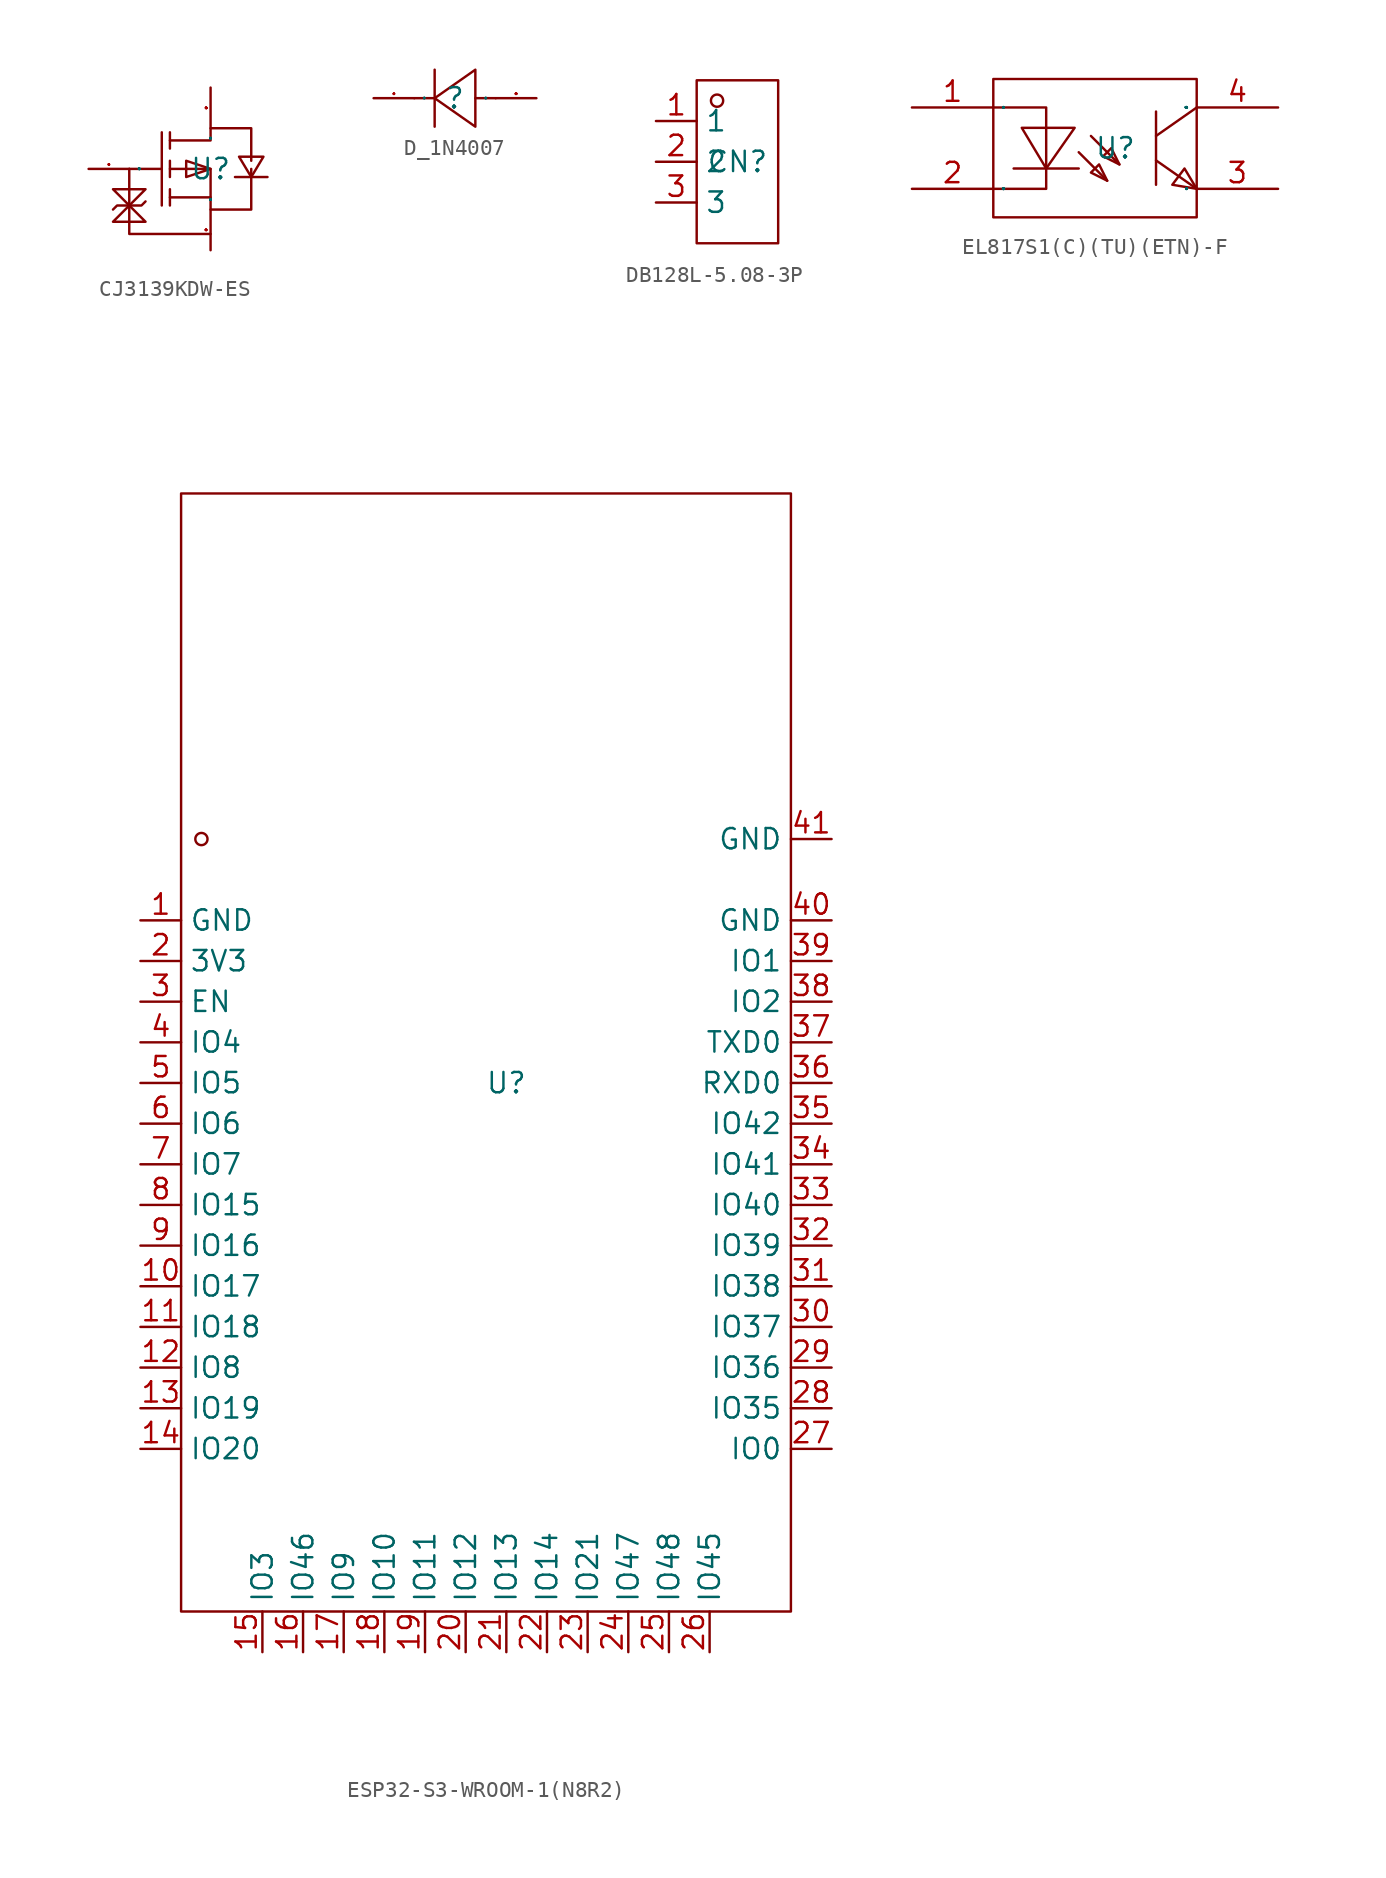
<source format=kicad_sym>
(kicad_symbol_lib
  (version 20231120)
  (generator "kicad_symbol_editor")
  (generator_version "8.0")
  (symbol "CJ3139KDW-ES"
    (property "Reference" "U"
      (at 0 0 0)
      (effects (font (size 1.27 1.27))))
    (property "Value" ""
      (at 0 0 0)
      (effects (font (size 1.27 1.27))))
    (symbol "CJ3139KDW-ES_1_0"
      (polyline (pts (xy -5.08 0) (xy -3.048 0)) (stroke (width 0) (type default)) (fill (type none)))
      (polyline (pts (xy -3.048 2.286) (xy -3.048 -2.286)) (stroke (width 0) (type default)) (fill (type none)))
      (polyline (pts (xy -2.54 -2.286) (xy -2.54 -1.27)) (stroke (width 0) (type default)) (fill (type none)))
      (polyline (pts (xy -2.54 -0.508) (xy -2.54 0.508)) (stroke (width 0) (type default)) (fill (type none)))
      (polyline (pts (xy -2.54 2.286) (xy -2.54 1.27)) (stroke (width 0) (type default)) (fill (type none)))
      (polyline (pts (xy 0 -1.778) (xy -2.54 -1.778)) (stroke (width 0) (type default)) (fill (type none)))
      (polyline (pts (xy 0 -4.064) (xy -5.08 -4.064) (xy -5.08 -4.064) (xy -5.08 0)) (stroke (width 0) (type default)) (fill (type none)))
      (polyline (pts (xy -6.096 -2.54) (xy -5.842 -2.286) (xy -5.842 -2.286) (xy -4.318 -2.286) (xy -4.318 -2.286) (xy -4.064 -2.032)) (stroke (width 0) (type default)) (fill (type none)))
      (polyline (pts (xy -5.08 -2.286) (xy -6.096 -3.302) (xy -6.096 -3.302) (xy -4.064 -3.302) (xy -4.064 -3.302) (xy -5.08 -2.286)) (stroke (width 0) (type default)) (fill (type none)))
      (polyline (pts (xy -5.08 -2.286) (xy -4.064 -1.27) (xy -4.064 -1.27) (xy -6.096 -1.27) (xy -6.096 -1.27) (xy -5.08 -2.286)) (stroke (width 0) (type default)) (fill (type none)))
      (polyline (pts (xy 0 0) (xy -1.524 0.508) (xy -1.524 0.508) (xy -1.524 -0.508) (xy -1.524 -0.508) (xy 0 0)) (stroke (width 0) (type default)) (fill (type none)))
      (polyline (pts (xy 1.524 -0.508) (xy 2.032 -0.508) (xy 2.032 -0.508) (xy 3.048 -0.508) (xy 3.048 -0.508) (xy 3.556 -0.508)) (stroke (width 0) (type default)) (fill (type none)))
      (polyline (pts (xy 2.54 -0.508) (xy 3.302 0.762) (xy 3.302 0.762) (xy 1.778 0.762) (xy 1.778 0.762) (xy 2.54 -0.508)) (stroke (width 0) (type default)) (fill (type none)))
      (polyline (pts (xy -2.54 0) (xy 0 0) (xy 0 0) (xy 0 -2.54) (xy 0 -2.54) (xy 2.54 -2.54) (xy 2.54 -2.54) (xy 2.54 -2.54) (xy 2.54 -2.54) (xy 2.54 0)) (stroke (width 0) (type default)) (fill (type none)))
      (polyline (pts (xy -2.54 1.778) (xy 0 1.778) (xy 0 1.778) (xy 0 2.54) (xy 0 2.54) (xy 2.54 2.54) (xy 2.54 2.54) (xy 2.54 2.54) (xy 2.54 2.54) (xy 2.54 0.508)) (stroke (width 0) (type default)) (fill (type none)))
      (pin unspecified line (at -7.62 0 0) (length 2.54) (name "G" (effects (font (size 0.025 0.025)))) (number "1" (effects (font (size 0.025 0.025)))))
      (pin unspecified line (at 0 -5.08 90) (length 2.54) (name "S" (effects (font (size 0.025 0.025)))) (number "2" (effects (font (size 0.025 0.025)))))
      (pin unspecified line (at 0 5.08 270) (length 2.54) (name "D" (effects (font (size 0.025 0.025)))) (number "3" (effects (font (size 0.025 0.025)))))))
  (symbol "D_1N4007"
    (property "Reference" ""
      (at 0 0 0)
      (effects (font (size 1.27 1.27))))
    (property "Value" ""
      (at 0 0 0)
      (effects (font (size 1.27 1.27))))
    (symbol "D_1N4007_1_0"
      (polyline (pts (xy -1.27 0) (xy -2.54 0)) (stroke (width 0) (type default)) (fill (type none)))
      (polyline (pts (xy -1.27 1.778) (xy -1.27 -1.778)) (stroke (width 0) (type default)) (fill (type none)))
      (polyline (pts (xy 2.54 0) (xy 1.27 0)) (stroke (width 0) (type default)) (fill (type none)))
      (polyline (pts (xy 1.27 1.778) (xy -1.27 0) (xy 1.27 -1.778) (xy 1.27 1.778)) (stroke (width 0) (type default)) (fill (type none)))
      (pin input line (at -5.08 0 0) (length 2.54) (name "K" (effects (font (size 0.025 0.025)))) (number "1" (effects (font (size 0.025 0.025)))))
      (pin input line (at 5.08 0 180) (length 2.54) (name "A" (effects (font (size 0.025 0.025)))) (number "2" (effects (font (size 0.025 0.025)))))))
  (symbol "DB128L-5.08-3P"
    (property "Reference" "CN"
      (at 0 0 0)
      (effects (font (size 1.27 1.27))))
    (property "Value" ""
      (at 0 0 0)
      (effects (font (size 1.27 1.27))))
    (symbol "DB128L-5.08-3P_1_0"
      (rectangle (start -2.54 -5.08) (end 2.54 5.08) (stroke (width 0) (type default)) (fill (type none)))
      (circle (center -1.27 3.81) (radius 0.381) (stroke (width 0) (type default)) (fill (type none)))
      (pin unspecified line (at -5.08 2.54 0) (length 2.54) (name "1" (effects (font (size 1.27 1.27)))) (number "1" (effects (font (size 1.27 1.27)))))
      (pin unspecified line (at -5.08 0 0) (length 2.54) (name "2" (effects (font (size 1.27 1.27)))) (number "2" (effects (font (size 1.27 1.27)))))
      (pin unspecified line (at -5.08 -2.54 0) (length 2.54) (name "3" (effects (font (size 1.27 1.27)))) (number "3" (effects (font (size 1.27 1.27)))))))
  (symbol "EL817S1(C)(TU)(ETN)-F"
    (property "Reference" "U"
      (at 0 0 0)
      (effects (font (size 1.27 1.27))))
    (property "Value" ""
      (at 0 0 0)
      (effects (font (size 1.27 1.27))))
    (symbol "EL817S1(C)(TU)(ETN)-F_1_0"
      (rectangle (start -7.62 -4.318) (end 5.08 4.318) (stroke (width 0) (type default)) (fill (type none)))
      (polyline (pts (xy -2.286 -1.27) (xy -6.35 -1.27)) (stroke (width 0) (type default)) (fill (type none)))
      (polyline (pts (xy -2.286 -0.254) (xy -0.508 -2.032)) (stroke (width 0) (type default)) (fill (type none)))
      (polyline (pts (xy -1.524 0.762) (xy 0.254 -1.016)) (stroke (width 0) (type default)) (fill (type none)))
      (polyline (pts (xy 2.54 -0.762) (xy 5.08 -2.54)) (stroke (width 0) (type default)) (fill (type none)))
      (polyline (pts (xy 2.54 2.286) (xy 2.54 -2.286)) (stroke (width 0) (type default)) (fill (type none)))
      (polyline (pts (xy 5.08 2.54) (xy 2.54 0.762)) (stroke (width 0) (type default)) (fill (type none)))
      (polyline (pts (xy -7.62 2.54) (xy -4.318 2.54) (xy -4.318 2.54) (xy -4.318 -2.54) (xy -4.318 -2.54) (xy -7.62 -2.54)) (stroke (width 0) (type default)) (fill (type none)))
      (polyline (pts (xy -5.842 1.27) (xy -4.318 -1.27) (xy -4.318 -1.27) (xy -2.54 1.27) (xy -2.54 1.27) (xy -5.842 1.27)) (stroke (width 0) (type default)) (fill (type none)))
      (polyline (pts (xy -0.508 -2.032) (xy -1.016 -1.016) (xy -1.016 -1.016) (xy -1.524 -1.524) (xy -1.524 -1.524) (xy -0.508 -2.032)) (stroke (width 0) (type default)) (fill (type none)))
      (polyline (pts (xy 0.254 -1.016) (xy -0.254 0) (xy -0.254 0) (xy -0.762 -0.508) (xy -0.762 -0.508) (xy 0.254 -1.016)) (stroke (width 0) (type default)) (fill (type none)))
      (polyline (pts (xy 5.08 -2.54) (xy 4.318 -1.27) (xy 4.318 -1.27) (xy 3.556 -2.286) (xy 3.556 -2.286) (xy 5.08 -2.54)) (stroke (width 0) (type default)) (fill (type none)))
      (pin input line (at -12.7 2.54 0) (length 5.08) (name "AN" (effects (font (size 0.025 0.025)))) (number "1" (effects (font (size 1.27 1.27)))))
      (pin input line (at -12.7 -2.54 0) (length 5.08) (name "CAT" (effects (font (size 0.025 0.025)))) (number "2" (effects (font (size 1.27 1.27)))))
      (pin input line (at 10.16 -2.54 180) (length 5.08) (name "EM" (effects (font (size 0.025 0.025)))) (number "3" (effects (font (size 1.27 1.27)))))
      (pin input line (at 10.16 2.54 180) (length 5.08) (name "COL" (effects (font (size 0.025 0.025)))) (number "4" (effects (font (size 1.27 1.27)))))))
  (symbol "ESP32-S3-WROOM-1(N8R2)"
    (property "Reference" "U"
      (at 0 0 0)
      (effects (font (size 1.27 1.27))))
    (property "Value" ""
      (at 0 0 0)
      (effects (font (size 1.27 1.27))))
    (symbol "ESP32-S3-WROOM-1(N8R2)_1_0"
      (rectangle (start -20.32 -33.02) (end 17.78 36.83) (stroke (width 0) (type default)) (fill (type none)))
      (circle (center -19.05 15.24) (radius 0.381) (stroke (width 0) (type default)) (fill (type none)))
      (pin input line (at -22.86 10.16 0) (length 2.54) (name "GND" (effects (font (size 1.27 1.27)))) (number "1" (effects (font (size 1.27 1.27)))))
      (pin input line (at -22.86 -12.7 0) (length 2.54) (name "IO17" (effects (font (size 1.27 1.27)))) (number "10" (effects (font (size 1.27 1.27)))))
      (pin input line (at -22.86 -15.24 0) (length 2.54) (name "IO18" (effects (font (size 1.27 1.27)))) (number "11" (effects (font (size 1.27 1.27)))))
      (pin input line (at -22.86 -17.78 0) (length 2.54) (name "IO8" (effects (font (size 1.27 1.27)))) (number "12" (effects (font (size 1.27 1.27)))))
      (pin input line (at -22.86 -20.32 0) (length 2.54) (name "IO19" (effects (font (size 1.27 1.27)))) (number "13" (effects (font (size 1.27 1.27)))))
      (pin input line (at -22.86 -22.86 0) (length 2.54) (name "IO20" (effects (font (size 1.27 1.27)))) (number "14" (effects (font (size 1.27 1.27)))))
      (pin input line (at -15.24 -35.56 90) (length 2.54) (name "IO3" (effects (font (size 1.27 1.27)))) (number "15" (effects (font (size 1.27 1.27)))))
      (pin input line (at -12.7 -35.56 90) (length 2.54) (name "IO46" (effects (font (size 1.27 1.27)))) (number "16" (effects (font (size 1.27 1.27)))))
      (pin input line (at -10.16 -35.56 90) (length 2.54) (name "IO9" (effects (font (size 1.27 1.27)))) (number "17" (effects (font (size 1.27 1.27)))))
      (pin input line (at -7.62 -35.56 90) (length 2.54) (name "IO10" (effects (font (size 1.27 1.27)))) (number "18" (effects (font (size 1.27 1.27)))))
      (pin input line (at -5.08 -35.56 90) (length 2.54) (name "IO11" (effects (font (size 1.27 1.27)))) (number "19" (effects (font (size 1.27 1.27)))))
      (pin input line (at -22.86 7.62 0) (length 2.54) (name "3V3" (effects (font (size 1.27 1.27)))) (number "2" (effects (font (size 1.27 1.27)))))
      (pin input line (at -2.54 -35.56 90) (length 2.54) (name "IO12" (effects (font (size 1.27 1.27)))) (number "20" (effects (font (size 1.27 1.27)))))
      (pin input line (at 0 -35.56 90) (length 2.54) (name "IO13" (effects (font (size 1.27 1.27)))) (number "21" (effects (font (size 1.27 1.27)))))
      (pin input line (at 2.54 -35.56 90) (length 2.54) (name "IO14" (effects (font (size 1.27 1.27)))) (number "22" (effects (font (size 1.27 1.27)))))
      (pin input line (at 5.08 -35.56 90) (length 2.54) (name "IO21" (effects (font (size 1.27 1.27)))) (number "23" (effects (font (size 1.27 1.27)))))
      (pin input line (at 7.62 -35.56 90) (length 2.54) (name "IO47" (effects (font (size 1.27 1.27)))) (number "24" (effects (font (size 1.27 1.27)))))
      (pin input line (at 10.16 -35.56 90) (length 2.54) (name "IO48" (effects (font (size 1.27 1.27)))) (number "25" (effects (font (size 1.27 1.27)))))
      (pin input line (at 12.7 -35.56 90) (length 2.54) (name "IO45" (effects (font (size 1.27 1.27)))) (number "26" (effects (font (size 1.27 1.27)))))
      (pin input line (at 20.32 -22.86 180) (length 2.54) (name "IO0" (effects (font (size 1.27 1.27)))) (number "27" (effects (font (size 1.27 1.27)))))
      (pin input line (at 20.32 -20.32 180) (length 2.54) (name "IO35" (effects (font (size 1.27 1.27)))) (number "28" (effects (font (size 1.27 1.27)))))
      (pin input line (at 20.32 -17.78 180) (length 2.54) (name "IO36" (effects (font (size 1.27 1.27)))) (number "29" (effects (font (size 1.27 1.27)))))
      (pin input line (at -22.86 5.08 0) (length 2.54) (name "EN" (effects (font (size 1.27 1.27)))) (number "3" (effects (font (size 1.27 1.27)))))
      (pin input line (at 20.32 -15.24 180) (length 2.54) (name "IO37" (effects (font (size 1.27 1.27)))) (number "30" (effects (font (size 1.27 1.27)))))
      (pin input line (at 20.32 -12.7 180) (length 2.54) (name "IO38" (effects (font (size 1.27 1.27)))) (number "31" (effects (font (size 1.27 1.27)))))
      (pin input line (at 20.32 -10.16 180) (length 2.54) (name "IO39" (effects (font (size 1.27 1.27)))) (number "32" (effects (font (size 1.27 1.27)))))
      (pin input line (at 20.32 -7.62 180) (length 2.54) (name "IO40" (effects (font (size 1.27 1.27)))) (number "33" (effects (font (size 1.27 1.27)))))
      (pin input line (at 20.32 -5.08 180) (length 2.54) (name "IO41" (effects (font (size 1.27 1.27)))) (number "34" (effects (font (size 1.27 1.27)))))
      (pin input line (at 20.32 -2.54 180) (length 2.54) (name "IO42" (effects (font (size 1.27 1.27)))) (number "35" (effects (font (size 1.27 1.27)))))
      (pin input line (at 20.32 0 180) (length 2.54) (name "RXD0" (effects (font (size 1.27 1.27)))) (number "36" (effects (font (size 1.27 1.27)))))
      (pin input line (at 20.32 2.54 180) (length 2.54) (name "TXD0" (effects (font (size 1.27 1.27)))) (number "37" (effects (font (size 1.27 1.27)))))
      (pin input line (at 20.32 5.08 180) (length 2.54) (name "IO2" (effects (font (size 1.27 1.27)))) (number "38" (effects (font (size 1.27 1.27)))))
      (pin input line (at 20.32 7.62 180) (length 2.54) (name "IO1" (effects (font (size 1.27 1.27)))) (number "39" (effects (font (size 1.27 1.27)))))
      (pin input line (at -22.86 2.54 0) (length 2.54) (name "IO4" (effects (font (size 1.27 1.27)))) (number "4" (effects (font (size 1.27 1.27)))))
      (pin input line (at 20.32 10.16 180) (length 2.54) (name "GND" (effects (font (size 1.27 1.27)))) (number "40" (effects (font (size 1.27 1.27)))))
      (pin input line (at 20.32 15.24 180) (length 2.54) (name "GND" (effects (font (size 1.27 1.27)))) (number "41" (effects (font (size 1.27 1.27)))))
      (pin input line (at -22.86 0 0) (length 2.54) (name "IO5" (effects (font (size 1.27 1.27)))) (number "5" (effects (font (size 1.27 1.27)))))
      (pin input line (at -22.86 -2.54 0) (length 2.54) (name "IO6" (effects (font (size 1.27 1.27)))) (number "6" (effects (font (size 1.27 1.27)))))
      (pin input line (at -22.86 -5.08 0) (length 2.54) (name "IO7" (effects (font (size 1.27 1.27)))) (number "7" (effects (font (size 1.27 1.27)))))
      (pin input line (at -22.86 -7.62 0) (length 2.54) (name "IO15" (effects (font (size 1.27 1.27)))) (number "8" (effects (font (size 1.27 1.27)))))
      (pin input line (at -22.86 -10.16 0) (length 2.54) (name "IO16" (effects (font (size 1.27 1.27)))) (number "9" (effects (font (size 1.27 1.27))))))))
</source>
